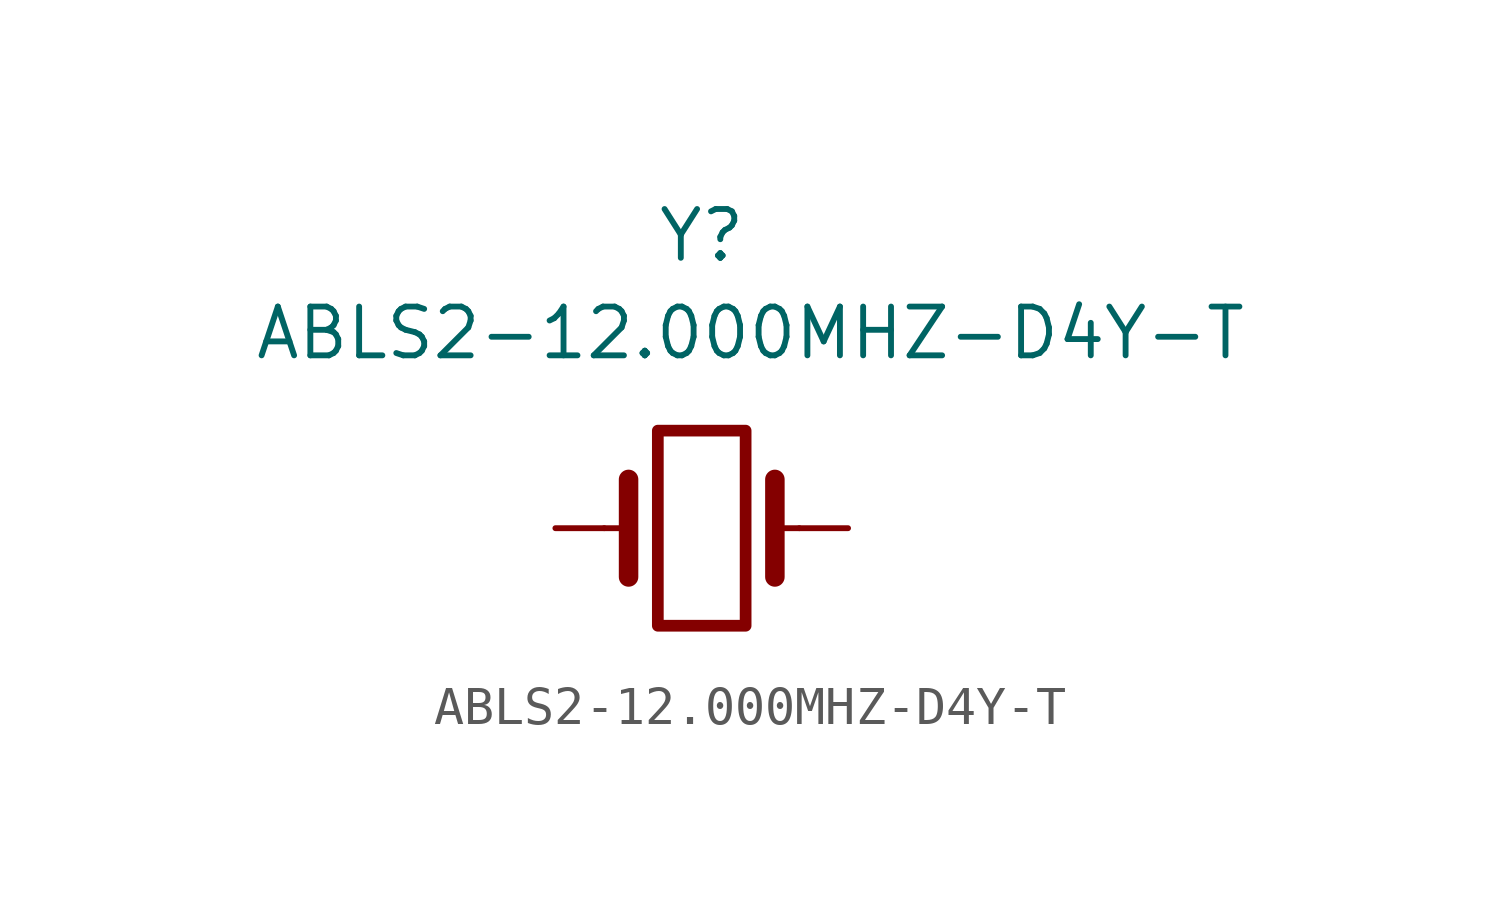
<source format=kicad_sym>
(kicad_symbol_lib
  (version 20211014)
  (generator kicad_symbol_editor)
  (symbol "ABLS2-12.000MHZ-D4Y-T"
    (pin_numbers hide)
    (pin_names
      (offset 1.016) hide)
    (property "Reference" "Y"
      (at 0 7.62 0)
      (effects (font (size 1.27 1.27))))
    (property "Value" "ABLS2-12.000MHZ-D4Y-T"
      (at 1.27 5.08 0)
      (effects (font (size 1.27 1.27))))
    (symbol "ABLS2-12.000MHZ-D4Y-T_1_1"
      (rectangle (start -1.143 2.54) (end 1.143 -2.54) (stroke (width 0.305) (type default) (color 0 0 0 0)) (fill (type none)))
      (polyline (pts (xy -2.54 0) (xy -1.905 0)) (stroke (width 0) (type default) (color 0 0 0 0)) (fill (type none)))
      (polyline (pts (xy -1.905 -1.27) (xy -1.905 1.27)) (stroke (width 0.508) (type default) (color 0 0 0 0)) (fill (type none)))
      (polyline (pts (xy 1.905 -1.27) (xy 1.905 1.27)) (stroke (width 0.508) (type default) (color 0 0 0 0)) (fill (type none)))
      (polyline (pts (xy 2.54 0) (xy 1.905 0)) (stroke (width 0) (type default) (color 0 0 0 0)) (fill (type none)))
      (pin passive line (at -3.81 0 0) (length 1.27) (name "1" (effects (font (size 1.27 1.27)))) (number "1" (effects (font (size 1.27 1.27)))))
      (pin passive line (at 3.81 0 180) (length 1.27) (name "2" (effects (font (size 1.27 1.27)))) (number "2" (effects (font (size 1.27 1.27))))))))
</source>
